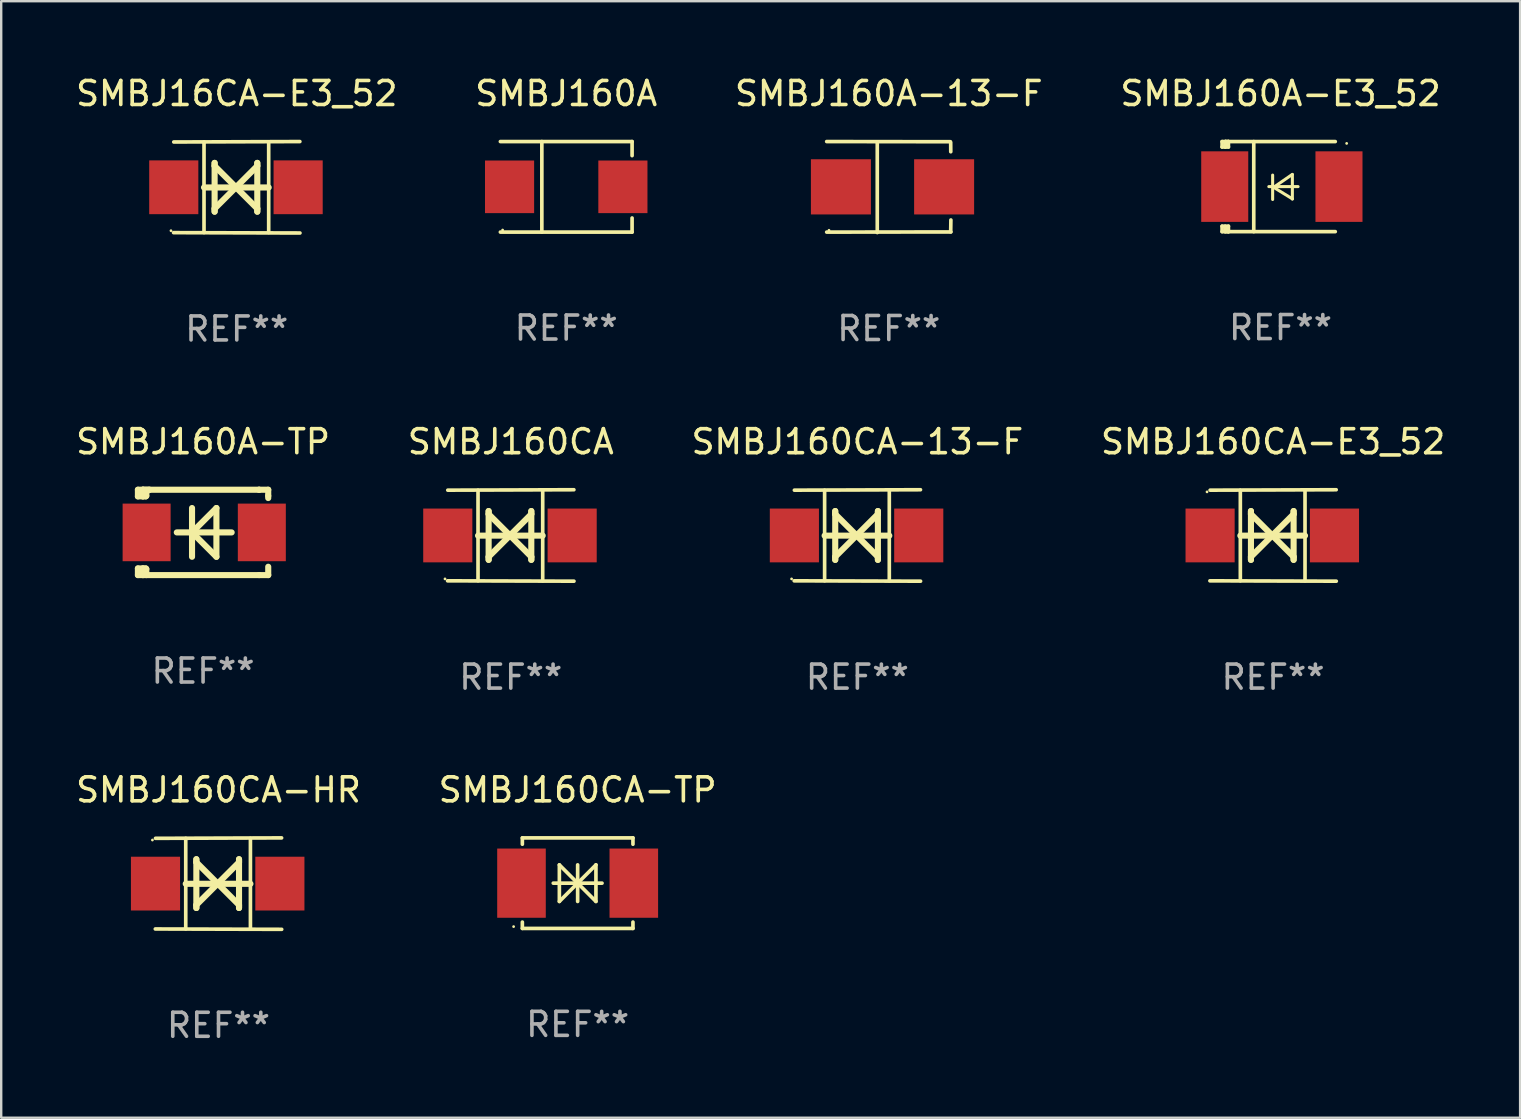
<source format=kicad_pcb>
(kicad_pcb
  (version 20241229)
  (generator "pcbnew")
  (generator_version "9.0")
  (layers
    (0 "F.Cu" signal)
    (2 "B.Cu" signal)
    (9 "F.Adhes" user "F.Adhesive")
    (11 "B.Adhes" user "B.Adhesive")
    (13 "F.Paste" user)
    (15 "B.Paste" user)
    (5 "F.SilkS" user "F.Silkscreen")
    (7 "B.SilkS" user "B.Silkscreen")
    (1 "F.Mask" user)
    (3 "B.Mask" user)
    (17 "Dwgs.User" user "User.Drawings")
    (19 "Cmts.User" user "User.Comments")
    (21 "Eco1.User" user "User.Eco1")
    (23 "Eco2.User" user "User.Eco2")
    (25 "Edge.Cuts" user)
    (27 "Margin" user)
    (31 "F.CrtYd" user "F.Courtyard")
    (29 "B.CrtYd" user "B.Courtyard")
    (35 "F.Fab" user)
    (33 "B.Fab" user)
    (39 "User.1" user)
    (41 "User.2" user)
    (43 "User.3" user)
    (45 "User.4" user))
  (footprint "SMBJ16CA-E3_52"
    (layer "F.Cu")
    (at 6.815 4.753)
    (property "Reference" "SMBJ16CA-E3_52" (at 0 -3.905 0) (layer "F.SilkS") (effects (font (size 1 1) (thickness 0.15))))
    (attr through_hole)
    (fp_line (start -1.365 1.886) (end -1.365 -1.886) (stroke (width 0.152) (type solid)) (layer "F.SilkS"))
    (fp_line (start -1.365 0.008) (end 1.33 0.008) (stroke (width 0.254) (type solid)) (layer "F.SilkS"))
    (fp_line (start -0.923 -1.016) (end -0.923 1.016) (stroke (width 0.254) (type solid)) (layer "F.SilkS"))
    (fp_line (start -0.923 -0.889) (end -0.923 -1.016) (stroke (width 0.254) (type solid)) (layer "F.SilkS"))
    (fp_line (start -0.923 0.889) (end -0.034 0) (stroke (width 0.254) (type solid)) (layer "F.SilkS"))
    (fp_line (start -0.923 1.016) (end -0.923 0.889) (stroke (width 0.254) (type solid)) (layer "F.SilkS"))
    (fp_line (start -0.034 0) (end -0.923 -0.889) (stroke (width 0.254) (type solid)) (layer "F.SilkS"))
    (fp_line (start -0.034 0) (end 0.855 0.889) (stroke (width 0.254) (type solid)) (layer "F.SilkS"))
    (fp_line (start 0.855 -1.016) (end 0.855 -0.889) (stroke (width 0.254) (type solid)) (layer "F.SilkS"))
    (fp_line (start 0.855 -0.889) (end -0.034 0) (stroke (width 0.254) (type solid)) (layer "F.SilkS"))
    (fp_line (start 0.855 0.889) (end 0.855 1.016) (stroke (width 0.254) (type solid)) (layer "F.SilkS"))
    (fp_line (start 0.855 1.016) (end 0.855 -1.016) (stroke (width 0.254) (type solid)) (layer "F.SilkS"))
    (fp_line (start 1.33 1.886) (end 1.33 -1.886) (stroke (width 0.152) (type solid)) (layer "F.SilkS"))
    (fp_line (start 2.629 -1.905) (end -2.625 -1.887) (stroke (width 0.152) (type solid)) (layer "F.SilkS"))
    (fp_line (start 2.633 1.905) (end -2.633 1.89) (stroke (width 0.152) (type solid)) (layer "F.SilkS"))
    (fp_circle (center -2.741 1.81) (end -2.711 1.81) (stroke (width 0.06) (type solid)) (fill no) (layer "F.SilkS"))
    (fp_text user "REF**" (at 0 5.905 0) (layer "F.Fab") (effects (font (size 1 1) (thickness 0.15))))
    (pad "1" smd rect (at -2.625 0) (size 2.047 2.241) (layers "F.Cu" "F.Mask" "F.Paste"))
    (pad "2" smd rect (at 2.557 0) (size 2.047 2.241) (layers "F.Cu" "F.Mask" "F.Paste")))
  (footprint "SMBJ160A-13-F"
    (layer "F.Cu")
    (at 33.982 4.744)
    (property "Reference" "SMBJ160A-13-F" (at 0 -3.896 0) (layer "F.SilkS") (effects (font (size 1 1) (thickness 0.15))))
    (attr through_hole)
    (fp_line (start -2.588 -1.896) (end 2.568 -1.889) (stroke (width 0.152) (type solid)) (layer "F.SilkS"))
    (fp_line (start -2.588 1.877) (end 2.588 1.87) (stroke (width 0.152) (type solid)) (layer "F.SilkS"))
    (fp_line (start -0.48 1.896) (end -0.48 -1.871) (stroke (width 0.152) (type solid)) (layer "F.SilkS"))
    (fp_line (start 2.579 -1.849) (end 2.582 -1.472) (stroke (width 0.152) (type solid)) (layer "F.SilkS"))
    (fp_line (start 2.579 1.867) (end 2.587 1.372) (stroke (width 0.152) (type solid)) (layer "F.SilkS"))
    (fp_circle (center -2.492 1.801) (end -2.462 1.801) (stroke (width 0.06) (type solid)) (fill no) (layer "F.SilkS"))
    (fp_text user "REF**" (at 0 5.896 0) (layer "F.Fab") (effects (font (size 1 1) (thickness 0.15))))
    (pad "1" smd rect (at -1.995 -0.009) (size 2.5 2.3) (layers "F.Cu" "F.Mask" "F.Paste"))
    (pad "2" smd rect (at 2.305 -0.009) (size 2.5 2.3) (layers "F.Cu" "F.Mask" "F.Paste")))
  (footprint "SMBJ160CA-HR"
    (layer "F.Cu")
    (at 6.054 33.766)
    (property "Reference" "SMBJ160CA-HR" (at 0 -3.905 0) (layer "F.SilkS") (effects (font (size 1 1) (thickness 0.15))))
    (attr through_hole)
    (fp_line (start -1.365 1.886) (end -1.365 -1.886) (stroke (width 0.152) (type solid)) (layer "F.SilkS"))
    (fp_line (start -1.365 0.008) (end 1.33 0.008) (stroke (width 0.254) (type solid)) (layer "F.SilkS"))
    (fp_line (start -0.923 -1.016) (end -0.923 1.016) (stroke (width 0.254) (type solid)) (layer "F.SilkS"))
    (fp_line (start -0.923 -0.889) (end -0.923 -1.016) (stroke (width 0.254) (type solid)) (layer "F.SilkS"))
    (fp_line (start -0.923 0.889) (end -0.034 0) (stroke (width 0.254) (type solid)) (layer "F.SilkS"))
    (fp_line (start -0.923 1.016) (end -0.923 0.889) (stroke (width 0.254) (type solid)) (layer "F.SilkS"))
    (fp_line (start -0.034 0) (end -0.923 -0.889) (stroke (width 0.254) (type solid)) (layer "F.SilkS"))
    (fp_line (start -0.034 0) (end 0.855 0.889) (stroke (width 0.254) (type solid)) (layer "F.SilkS"))
    (fp_line (start 0.855 -1.016) (end 0.855 -0.889) (stroke (width 0.254) (type solid)) (layer "F.SilkS"))
    (fp_line (start 0.855 -0.889) (end -0.034 0) (stroke (width 0.254) (type solid)) (layer "F.SilkS"))
    (fp_line (start 0.855 0.889) (end 0.855 1.016) (stroke (width 0.254) (type solid)) (layer "F.SilkS"))
    (fp_line (start 0.855 1.016) (end 0.855 -1.016) (stroke (width 0.254) (type solid)) (layer "F.SilkS"))
    (fp_line (start 1.33 1.886) (end 1.33 -1.886) (stroke (width 0.152) (type solid)) (layer "F.SilkS"))
    (fp_line (start 2.629 -1.905) (end -2.625 -1.887) (stroke (width 0.152) (type solid)) (layer "F.SilkS"))
    (fp_line (start 2.633 1.905) (end -2.633 1.89) (stroke (width 0.152) (type solid)) (layer "F.SilkS"))
    (fp_circle (center -2.753 -1.816) (end -2.723 -1.816) (stroke (width 0.06) (type solid)) (fill no) (layer "F.SilkS"))
    (fp_text user "REF**" (at 0 5.905 0) (layer "F.Fab") (effects (font (size 1 1) (thickness 0.15))))
    (pad "1" smd rect (at -2.625 0) (size 2.047 2.241) (layers "F.Cu" "F.Mask" "F.Paste"))
    (pad "2" smd rect (at 2.557 0) (size 2.047 2.241) (layers "F.Cu" "F.Mask" "F.Paste")))
  (footprint "SMBJ160CA"
    (layer "F.Cu")
    (at 18.232 19.26)
    (property "Reference" "SMBJ160CA" (at 0 -3.905 0) (layer "F.SilkS") (effects (font (size 1 1) (thickness 0.15))))
    (attr through_hole)
    (fp_line (start -1.365 1.886) (end -1.365 -1.886) (stroke (width 0.152) (type solid)) (layer "F.SilkS"))
    (fp_line (start -1.365 0.008) (end 1.33 0.008) (stroke (width 0.254) (type solid)) (layer "F.SilkS"))
    (fp_line (start -0.923 -1.016) (end -0.923 1.016) (stroke (width 0.254) (type solid)) (layer "F.SilkS"))
    (fp_line (start -0.923 -0.889) (end -0.923 -1.016) (stroke (width 0.254) (type solid)) (layer "F.SilkS"))
    (fp_line (start -0.923 0.889) (end -0.034 0) (stroke (width 0.254) (type solid)) (layer "F.SilkS"))
    (fp_line (start -0.923 1.016) (end -0.923 0.889) (stroke (width 0.254) (type solid)) (layer "F.SilkS"))
    (fp_line (start -0.034 0) (end -0.923 -0.889) (stroke (width 0.254) (type solid)) (layer "F.SilkS"))
    (fp_line (start -0.034 0) (end 0.855 0.889) (stroke (width 0.254) (type solid)) (layer "F.SilkS"))
    (fp_line (start 0.855 -1.016) (end 0.855 -0.889) (stroke (width 0.254) (type solid)) (layer "F.SilkS"))
    (fp_line (start 0.855 -0.889) (end -0.034 0) (stroke (width 0.254) (type solid)) (layer "F.SilkS"))
    (fp_line (start 0.855 0.889) (end 0.855 1.016) (stroke (width 0.254) (type solid)) (layer "F.SilkS"))
    (fp_line (start 0.855 1.016) (end 0.855 -1.016) (stroke (width 0.254) (type solid)) (layer "F.SilkS"))
    (fp_line (start 1.33 1.886) (end 1.33 -1.886) (stroke (width 0.152) (type solid)) (layer "F.SilkS"))
    (fp_line (start 2.629 -1.905) (end -2.625 -1.887) (stroke (width 0.152) (type solid)) (layer "F.SilkS"))
    (fp_line (start 2.633 1.905) (end -2.633 1.89) (stroke (width 0.152) (type solid)) (layer "F.SilkS"))
    (fp_circle (center -2.741 1.81) (end -2.711 1.81) (stroke (width 0.06) (type solid)) (fill no) (layer "F.SilkS"))
    (fp_text user "REF**" (at 0 5.905 0) (layer "F.Fab") (effects (font (size 1 1) (thickness 0.15))))
    (pad "1" smd rect (at -2.625 0) (size 2.047 2.241) (layers "F.Cu" "F.Mask" "F.Paste"))
    (pad "2" smd rect (at 2.557 0) (size 2.047 2.241) (layers "F.Cu" "F.Mask" "F.Paste")))
  (footprint "SMBJ160A-TP"
    (layer "F.Cu")
    (at 5.411 19.133)
    (property "Reference" "SMBJ160A-TP" (at 0 -3.778 0) (layer "F.SilkS") (effects (font (size 1 1) (thickness 0.15))))
    (attr through_hole)
    (fp_line (start -2.715 -1.778) (end -2.715 -1.501) (stroke (width 0.254) (type solid)) (layer "F.SilkS"))
    (fp_line (start -2.715 -1.501) (end -2.505 -1.501) (stroke (width 0.254) (type solid)) (layer "F.SilkS"))
    (fp_line (start -2.715 1.501) (end -2.715 1.778) (stroke (width 0.254) (type solid)) (layer "F.SilkS"))
    (fp_line (start -2.715 1.501) (end -2.505 1.501) (stroke (width 0.254) (type solid)) (layer "F.SilkS"))
    (fp_line (start -2.715 1.778) (end -2.504 1.778) (stroke (width 0.254) (type solid)) (layer "F.SilkS"))
    (fp_line (start -2.505 -1.778) (end -2.715 -1.778) (stroke (width 0.254) (type solid)) (layer "F.SilkS"))
    (fp_line (start -2.505 -1.778) (end -2.238 -1.778) (stroke (width 0.254) (type solid)) (layer "F.SilkS"))
    (fp_line (start -2.505 -1.501) (end -2.505 -1.651) (stroke (width 0.254) (type solid)) (layer "F.SilkS"))
    (fp_line (start -2.505 -1.501) (end -2.388 -1.501) (stroke (width 0.254) (type solid)) (layer "F.SilkS"))
    (fp_line (start -2.505 1.501) (end -2.505 1.778) (stroke (width 0.254) (type solid)) (layer "F.SilkS"))
    (fp_line (start -2.505 1.501) (end -2.388 1.501) (stroke (width 0.254) (type solid)) (layer "F.SilkS"))
    (fp_line (start -2.388 1.501) (end -2.365 1.524) (stroke (width 0.254) (type solid)) (layer "F.SilkS"))
    (fp_line (start -2.388 -1.501) (end -2.365 -1.524) (stroke (width 0.254) (type solid)) (layer "F.SilkS"))
    (fp_line (start -2.365 -1.651) (end -2.505 -1.778) (stroke (width 0.254) (type solid)) (layer "F.SilkS"))
    (fp_line (start -2.365 -1.524) (end -2.365 -1.651) (stroke (width 0.254) (type solid)) (layer "F.SilkS"))
    (fp_line (start -2.365 1.524) (end -2.365 1.778) (stroke (width 0.254) (type solid)) (layer "F.SilkS"))
    (fp_line (start -2.239 -1.778) (end 2.333 -1.778) (stroke (width 0.254) (type solid)) (layer "F.SilkS"))
    (fp_line (start -2.238 -1.778) (end -2.505 -1.778) (stroke (width 0.254) (type solid)) (layer "F.SilkS"))
    (fp_line (start -1.095 0) (end 1.191 0) (stroke (width 0.254) (type solid)) (layer "F.SilkS"))
    (fp_line (start -0.46 -1.016) (end -0.46 1.016) (stroke (width 0.254) (type solid)) (layer "F.SilkS"))
    (fp_line (start -0.46 -0.000127) (end 0.556 1.016) (stroke (width 0.254) (type solid)) (layer "F.SilkS"))
    (fp_line (start 0.556 -1.016) (end 0.556 1.016) (stroke (width 0.254) (type solid)) (layer "F.SilkS"))
    (fp_line (start 0.556 -1.016) (end -0.46 -0.000127) (stroke (width 0.254) (type solid)) (layer "F.SilkS"))
    (fp_line (start 2.333 -1.778) (end 2.333 -1.778) (stroke (width 0.254) (type solid)) (layer "F.SilkS"))
    (fp_line (start 2.333 -1.778) (end 2.715 -1.778) (stroke (width 0.254) (type solid)) (layer "F.SilkS"))
    (fp_line (start 2.334 1.778) (end -2.504 1.778) (stroke (width 0.254) (type solid)) (layer "F.SilkS"))
    (fp_line (start 2.715 -1.778) (end 2.715 -1.524) (stroke (width 0.254) (type solid)) (layer "F.SilkS"))
    (fp_line (start 2.715 -1.524) (end 2.715 -1.431) (stroke (width 0.254) (type solid)) (layer "F.SilkS"))
    (fp_line (start 2.715 1.431) (end 2.715 1.778) (stroke (width 0.254) (type solid)) (layer "F.SilkS"))
    (fp_line (start 2.715 1.778) (end 2.334 1.778) (stroke (width 0.254) (type solid)) (layer "F.SilkS"))
    (fp_circle (center -2.602 1.8) (end -2.572 1.8) (stroke (width 0.06) (type solid)) (fill no) (layer "F.SilkS"))
    (fp_text user "REF**" (at 0 5.778 0) (layer "F.Fab") (effects (font (size 1 1) (thickness 0.15))))
    (pad "1" smd rect (at -2.352 -0.000076) (size 2 2.4) (layers "F.Cu" "F.Mask" "F.Paste"))
    (pad "2" smd rect (at 2.448 -0.000076) (size 2 2.4) (layers "F.Cu" "F.Mask" "F.Paste")))
  (footprint "SMBJ160A-E3_52"
    (layer "F.Cu")
    (at 50.304 4.725)
    (property "Reference" "SMBJ160A-E3_52" (at 0 -3.876 0) (layer "F.SilkS") (effects (font (size 1 1) (thickness 0.15))))
    (attr through_hole)
    (fp_line (start -2.435 1.65) (end -2.171 1.65) (stroke (width 0.152) (type solid)) (layer "F.SilkS"))
    (fp_line (start -2.435 1.876) (end -2.435 1.65) (stroke (width 0.152) (type solid)) (layer "F.SilkS"))
    (fp_line (start -2.435 -1.876) (end -2.171 -1.876) (stroke (width 0.152) (type solid)) (layer "F.SilkS"))
    (fp_line (start -2.435 -1.65) (end -2.435 -1.876) (stroke (width 0.152) (type solid)) (layer "F.SilkS"))
    (fp_line (start -2.305 -1.866) (end -2.295 -1.876) (stroke (width 0.152) (type solid)) (layer "F.SilkS"))
    (fp_line (start -2.305 -1.65) (end -2.305 -1.866) (stroke (width 0.152) (type solid)) (layer "F.SilkS"))
    (fp_line (start -2.305 1.876) (end -2.305 1.65) (stroke (width 0.152) (type solid)) (layer "F.SilkS"))
    (fp_line (start -2.295 -1.876) (end -2.295 -1.65) (stroke (width 0.152) (type solid)) (layer "F.SilkS"))
    (fp_line (start -2.171 1.876) (end -2.435 1.876) (stroke (width 0.152) (type solid)) (layer "F.SilkS"))
    (fp_line (start -2.171 -1.65) (end -2.435 -1.65) (stroke (width 0.152) (type solid)) (layer "F.SilkS"))
    (fp_line (start -2.171 -1.876) (end -2.295 -1.876) (stroke (width 0.152) (type solid)) (layer "F.SilkS"))
    (fp_line (start -2.171 -1.65) (end -2.171 -1.876) (stroke (width 0.152) (type solid)) (layer "F.SilkS"))
    (fp_line (start -2.171 1.876) (end -2.305 1.876) (stroke (width 0.152) (type solid)) (layer "F.SilkS"))
    (fp_line (start -2.171 1.876) (end -2.171 1.65) (stroke (width 0.152) (type solid)) (layer "F.SilkS"))
    (fp_line (start -1.116 1.876) (end -1.116 -1.876) (stroke (width 0.152) (type solid)) (layer "F.SilkS"))
    (fp_line (start -0.488 0.000102) (end 0.731 0.000102) (stroke (width 0.127) (type solid)) (layer "F.SilkS"))
    (fp_line (start -0.329 -0.48) (end -0.329 0.536) (stroke (width 0.127) (type solid)) (layer "F.SilkS"))
    (fp_line (start -0.29 0.03) (end 0.493 0.51) (stroke (width 0.127) (type solid)) (layer "F.SilkS"))
    (fp_line (start 0.493 -0.51) (end -0.29 0.03) (stroke (width 0.127) (type solid)) (layer "F.SilkS"))
    (fp_line (start 0.493 0.52) (end 0.493 -0.496) (stroke (width 0.127) (type solid)) (layer "F.SilkS"))
    (fp_line (start 2.281 -1.876) (end -2.171 -1.876) (stroke (width 0.152) (type solid)) (layer "F.SilkS"))
    (fp_line (start 2.281 1.876) (end -2.171 1.876) (stroke (width 0.152) (type solid)) (layer "F.SilkS"))
    (fp_circle (center 2.755 -1.8) (end 2.785 -1.8) (stroke (width 0.06) (type solid)) (fill no) (layer "F.SilkS"))
    (fp_text user "REF**" (at 0 5.876 0) (layer "F.Fab") (effects (font (size 1 1) (thickness 0.15))))
    (pad "1" smd rect (at 2.435 -0.000025 180) (size 1.96 2.94) (layers "F.Cu" "F.Mask" "F.Paste"))
    (pad "2" smd rect (at -2.325 -0.000025 180) (size 1.96 2.94) (layers "F.Cu" "F.Mask" "F.Paste")))
  (footprint "SMBJ160A"
    (layer "F.Cu")
    (at 20.542 4.734)
    (property "Reference" "SMBJ160A" (at 0 -3.886 0) (layer "F.SilkS") (effects (font (size 1 1) (thickness 0.15))))
    (attr through_hole)
    (fp_line (start -2.744 -1.886) (end 2.744 -1.886) (stroke (width 0.152) (type solid)) (layer "F.SilkS"))
    (fp_line (start -2.744 1.886) (end 2.744 1.886) (stroke (width 0.152) (type solid)) (layer "F.SilkS"))
    (fp_line (start -1.016 -1.886) (end -1.016 1.886) (stroke (width 0.152) (type solid)) (layer "F.SilkS"))
    (fp_line (start 2.744 -1.886) (end 2.744 -1.299) (stroke (width 0.152) (type solid)) (layer "F.SilkS"))
    (fp_line (start 2.744 1.886) (end 2.744 1.299) (stroke (width 0.152) (type solid)) (layer "F.SilkS"))
    (fp_circle (center -2.65 1.8) (end -2.62 1.8) (stroke (width 0.06) (type solid)) (fill no) (layer "F.SilkS"))
    (fp_text user "REF**" (at 0 5.886 0) (layer "F.Fab") (effects (font (size 1 1) (thickness 0.15))))
    (pad "1" smd rect (at -2.361 0) (size 2.047 2.192) (layers "F.Cu" "F.Mask" "F.Paste"))
    (pad "2" smd rect (at 2.361 0) (size 2.047 2.192) (layers "F.Cu" "F.Mask" "F.Paste")))
  (footprint "SMBJ160CA-13-F"
    (layer "F.Cu")
    (at 32.673 19.26)
    (property "Reference" "SMBJ160CA-13-F" (at 0 -3.905 0) (layer "F.SilkS") (effects (font (size 1 1) (thickness 0.15))))
    (attr through_hole)
    (fp_line (start -1.365 1.886) (end -1.365 -1.886) (stroke (width 0.152) (type solid)) (layer "F.SilkS"))
    (fp_line (start -1.365 0.008) (end 1.33 0.008) (stroke (width 0.254) (type solid)) (layer "F.SilkS"))
    (fp_line (start -0.923 -1.016) (end -0.923 1.016) (stroke (width 0.254) (type solid)) (layer "F.SilkS"))
    (fp_line (start -0.923 -0.889) (end -0.923 -1.016) (stroke (width 0.254) (type solid)) (layer "F.SilkS"))
    (fp_line (start -0.923 0.889) (end -0.034 0) (stroke (width 0.254) (type solid)) (layer "F.SilkS"))
    (fp_line (start -0.923 1.016) (end -0.923 0.889) (stroke (width 0.254) (type solid)) (layer "F.SilkS"))
    (fp_line (start -0.034 0) (end -0.923 -0.889) (stroke (width 0.254) (type solid)) (layer "F.SilkS"))
    (fp_line (start -0.034 0) (end 0.855 0.889) (stroke (width 0.254) (type solid)) (layer "F.SilkS"))
    (fp_line (start 0.855 -1.016) (end 0.855 -0.889) (stroke (width 0.254) (type solid)) (layer "F.SilkS"))
    (fp_line (start 0.855 -0.889) (end -0.034 0) (stroke (width 0.254) (type solid)) (layer "F.SilkS"))
    (fp_line (start 0.855 0.889) (end 0.855 1.016) (stroke (width 0.254) (type solid)) (layer "F.SilkS"))
    (fp_line (start 0.855 1.016) (end 0.855 -1.016) (stroke (width 0.254) (type solid)) (layer "F.SilkS"))
    (fp_line (start 1.33 1.886) (end 1.33 -1.886) (stroke (width 0.152) (type solid)) (layer "F.SilkS"))
    (fp_line (start 2.629 -1.905) (end -2.625 -1.887) (stroke (width 0.152) (type solid)) (layer "F.SilkS"))
    (fp_line (start 2.633 1.905) (end -2.633 1.89) (stroke (width 0.152) (type solid)) (layer "F.SilkS"))
    (fp_circle (center -2.741 1.81) (end -2.711 1.81) (stroke (width 0.06) (type solid)) (fill no) (layer "F.SilkS"))
    (fp_text user "REF**" (at 0 5.905 0) (layer "F.Fab") (effects (font (size 1 1) (thickness 0.15))))
    (pad "1" smd rect (at -2.625 0) (size 2.047 2.241) (layers "F.Cu" "F.Mask" "F.Paste"))
    (pad "2" smd rect (at 2.557 0) (size 2.047 2.241) (layers "F.Cu" "F.Mask" "F.Paste")))
  (footprint "SMBJ160CA-E3_52"
    (layer "F.Cu")
    (at 49.994 19.26)
    (property "Reference" "SMBJ160CA-E3_52" (at 0 -3.905 0) (layer "F.SilkS") (effects (font (size 1 1) (thickness 0.15))))
    (attr through_hole)
    (fp_line (start -1.365 1.886) (end -1.365 -1.886) (stroke (width 0.152) (type solid)) (layer "F.SilkS"))
    (fp_line (start -1.365 0.008) (end 1.33 0.008) (stroke (width 0.254) (type solid)) (layer "F.SilkS"))
    (fp_line (start -0.923 -1.016) (end -0.923 1.016) (stroke (width 0.254) (type solid)) (layer "F.SilkS"))
    (fp_line (start -0.923 -0.889) (end -0.923 -1.016) (stroke (width 0.254) (type solid)) (layer "F.SilkS"))
    (fp_line (start -0.923 0.889) (end -0.034 0) (stroke (width 0.254) (type solid)) (layer "F.SilkS"))
    (fp_line (start -0.923 1.016) (end -0.923 0.889) (stroke (width 0.254) (type solid)) (layer "F.SilkS"))
    (fp_line (start -0.034 0) (end -0.923 -0.889) (stroke (width 0.254) (type solid)) (layer "F.SilkS"))
    (fp_line (start -0.034 0) (end 0.855 0.889) (stroke (width 0.254) (type solid)) (layer "F.SilkS"))
    (fp_line (start 0.855 -1.016) (end 0.855 -0.889) (stroke (width 0.254) (type solid)) (layer "F.SilkS"))
    (fp_line (start 0.855 -0.889) (end -0.034 0) (stroke (width 0.254) (type solid)) (layer "F.SilkS"))
    (fp_line (start 0.855 0.889) (end 0.855 1.016) (stroke (width 0.254) (type solid)) (layer "F.SilkS"))
    (fp_line (start 0.855 1.016) (end 0.855 -1.016) (stroke (width 0.254) (type solid)) (layer "F.SilkS"))
    (fp_line (start 1.33 1.886) (end 1.33 -1.886) (stroke (width 0.152) (type solid)) (layer "F.SilkS"))
    (fp_line (start 2.629 -1.905) (end -2.625 -1.887) (stroke (width 0.152) (type solid)) (layer "F.SilkS"))
    (fp_line (start 2.633 1.905) (end -2.633 1.89) (stroke (width 0.152) (type solid)) (layer "F.SilkS"))
    (fp_circle (center -2.753 -1.816) (end -2.723 -1.816) (stroke (width 0.06) (type solid)) (fill no) (layer "F.SilkS"))
    (fp_text user "REF**" (at 0 5.905 0) (layer "F.Fab") (effects (font (size 1 1) (thickness 0.15))))
    (pad "1" smd rect (at -2.625 0) (size 2.047 2.241) (layers "F.Cu" "F.Mask" "F.Paste"))
    (pad "2" smd rect (at 2.557 0) (size 2.047 2.241) (layers "F.Cu" "F.Mask" "F.Paste")))
  (footprint "SMBJ160CA-TP"
    (layer "F.Cu")
    (at 21.018 33.747)
    (property "Reference" "SMBJ160CA-TP" (at 0 -3.886 0) (layer "F.SilkS") (effects (font (size 1 1) (thickness 0.15))))
    (attr through_hole)
    (fp_line (start -2.304 -1.886) (end -2.304 -1.622) (stroke (width 0.152) (type solid)) (layer "F.SilkS"))
    (fp_line (start -2.304 -1.886) (end 2.304 -1.886) (stroke (width 0.152) (type solid)) (layer "F.SilkS"))
    (fp_line (start -2.304 1.622) (end -2.304 1.886) (stroke (width 0.152) (type solid)) (layer "F.SilkS"))
    (fp_line (start -2.304 1.886) (end 2.304 1.886) (stroke (width 0.152) (type solid)) (layer "F.SilkS"))
    (fp_line (start -1.016 0) (end 1.016 0) (stroke (width 0.152) (type solid)) (layer "F.SilkS"))
    (fp_line (start -0.762 -0.762) (end -0.762 0.762) (stroke (width 0.152) (type solid)) (layer "F.SilkS"))
    (fp_line (start -0.762 0.762) (end 0 0) (stroke (width 0.152) (type solid)) (layer "F.SilkS"))
    (fp_line (start 0 -0.762) (end 0 0.762) (stroke (width 0.152) (type solid)) (layer "F.SilkS"))
    (fp_line (start 0 0) (end -0.762 -0.762) (stroke (width 0.152) (type solid)) (layer "F.SilkS"))
    (fp_line (start 0 0) (end 0.762 0.762) (stroke (width 0.152) (type solid)) (layer "F.SilkS"))
    (fp_line (start 0.762 -0.762) (end 0 0) (stroke (width 0.152) (type solid)) (layer "F.SilkS"))
    (fp_line (start 0.762 0.762) (end 0.762 -0.762) (stroke (width 0.152) (type solid)) (layer "F.SilkS"))
    (fp_line (start 2.304 -1.886) (end 2.304 -1.622) (stroke (width 0.152) (type solid)) (layer "F.SilkS"))
    (fp_line (start 2.304 1.622) (end 2.304 1.886) (stroke (width 0.152) (type solid)) (layer "F.SilkS"))
    (fp_circle (center -2.668 1.81) (end -2.638 1.81) (stroke (width 0.06) (type solid)) (fill no) (layer "F.SilkS"))
    (fp_text user "REF**" (at 0 5.886 0) (layer "F.Fab") (effects (font (size 1 1) (thickness 0.15))))
    (pad "1" smd rect (at -2.34 0) (size 2.024 2.884) (layers "F.Cu" "F.Mask" "F.Paste"))
    (pad "2" smd rect (at 2.34 0) (size 2.024 2.884) (layers "F.Cu" "F.Mask" "F.Paste")))
  (gr_rect
    (start -3 -3)
    (end 60.286 43.52)
    (stroke (width 0.1) (type default))
    (fill no)
    (layer "Edge.Cuts")))
</source>
